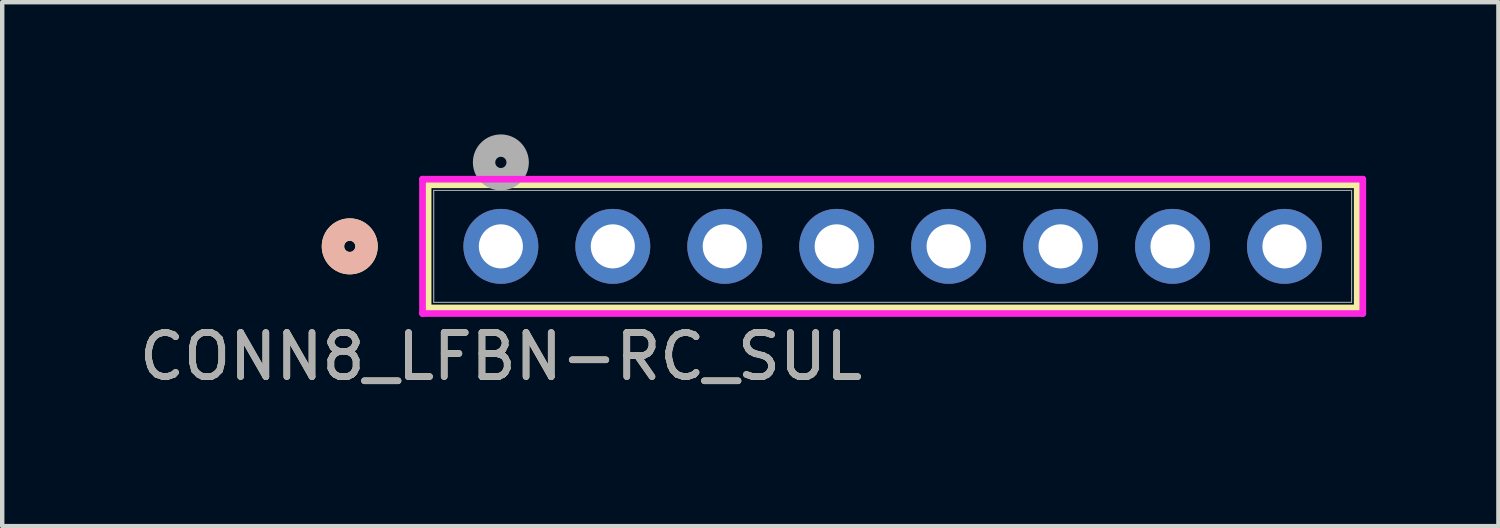
<source format=kicad_pcb>
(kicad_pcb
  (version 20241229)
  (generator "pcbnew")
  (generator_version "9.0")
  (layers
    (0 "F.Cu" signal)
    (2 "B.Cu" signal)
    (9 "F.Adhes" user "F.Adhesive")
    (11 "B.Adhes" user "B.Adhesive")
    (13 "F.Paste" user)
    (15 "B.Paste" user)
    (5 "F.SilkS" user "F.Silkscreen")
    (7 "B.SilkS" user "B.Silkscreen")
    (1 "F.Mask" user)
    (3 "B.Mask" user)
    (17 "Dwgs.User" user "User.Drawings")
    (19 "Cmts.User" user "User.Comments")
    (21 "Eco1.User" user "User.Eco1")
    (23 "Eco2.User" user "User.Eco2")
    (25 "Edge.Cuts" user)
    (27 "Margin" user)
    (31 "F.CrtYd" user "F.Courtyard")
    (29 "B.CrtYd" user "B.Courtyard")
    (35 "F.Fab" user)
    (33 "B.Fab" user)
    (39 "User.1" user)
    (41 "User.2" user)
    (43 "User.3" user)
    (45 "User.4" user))
  (footprint "CONN8_LFBN-RC_SUL"
    (layer "F.Cu")
    (at 8.315 2.54)
    (property "Reference" "CONN8_LFBN-RC_SUL" (at 0 2.5 0) (unlocked yes) (layer "F.SilkS") (effects (font (size 1 1) (thickness 0.15))))
    (attr through_hole)
    (fp_line (start -1.651 -1.397) (end -1.651 1.397) (stroke (width 0.152) (type solid)) (layer "F.SilkS"))
    (fp_line (start -1.651 1.397) (end 19.431 1.397) (stroke (width 0.152) (type solid)) (layer "F.SilkS"))
    (fp_line (start 19.431 -1.397) (end -1.651 -1.397) (stroke (width 0.152) (type solid)) (layer "F.SilkS"))
    (fp_line (start 19.431 1.397) (end 19.431 -1.397) (stroke (width 0.152) (type solid)) (layer "F.SilkS"))
    (fp_circle (center -3.429 0) (end -3.048 0) (stroke (width 0.508) (type solid)) (fill no) (layer "F.SilkS"))
    (fp_circle (center -3.429 0) (end -3.048 0) (stroke (width 0.508) (type solid)) (fill no) (layer "B.SilkS"))
    (fp_line (start -1.778 -1.524) (end -1.778 1.524) (stroke (width 0.152) (type solid)) (layer "F.CrtYd"))
    (fp_line (start -1.778 1.524) (end 19.558 1.524) (stroke (width 0.152) (type solid)) (layer "F.CrtYd"))
    (fp_line (start 19.558 -1.524) (end -1.778 -1.524) (stroke (width 0.152) (type solid)) (layer "F.CrtYd"))
    (fp_line (start 19.558 1.524) (end 19.558 -1.524) (stroke (width 0.152) (type solid)) (layer "F.CrtYd"))
    (fp_line (start -1.524 -1.27) (end -1.524 1.27) (stroke (width 0.025) (type solid)) (layer "F.Fab"))
    (fp_line (start -1.524 1.27) (end 19.304 1.27) (stroke (width 0.025) (type solid)) (layer "F.Fab"))
    (fp_line (start 19.304 -1.27) (end -1.524 -1.27) (stroke (width 0.025) (type solid)) (layer "F.Fab"))
    (fp_line (start 19.304 1.27) (end 19.304 -1.27) (stroke (width 0.025) (type solid)) (layer "F.Fab"))
    (fp_circle (center 0 -1.905) (end 0.381 -1.905) (stroke (width 0.508) (type solid)) (fill no) (layer "F.Fab"))
    (fp_text user "${REFERENCE}" (at 0 2.5 0) (unlocked yes) (layer "F.Fab") (effects (font (size 1 1) (thickness 0.15))))
    (pad "1" thru_hole circle (at 0 0) (size 1.7 1.7) (drill 1) (layers "*.Cu" "*.Mask"))
    (pad "2" thru_hole circle (at 2.54 0) (size 1.7 1.7) (drill 1) (layers "*.Cu" "*.Mask"))
    (pad "3" thru_hole circle (at 5.08 0) (size 1.7 1.7) (drill 1) (layers "*.Cu" "*.Mask"))
    (pad "4" thru_hole circle (at 7.62 0) (size 1.7 1.7) (drill 1) (layers "*.Cu" "*.Mask"))
    (pad "5" thru_hole circle (at 10.16 0) (size 1.7 1.7) (drill 1) (layers "*.Cu" "*.Mask"))
    (pad "6" thru_hole circle (at 12.7 0) (size 1.7 1.7) (drill 1) (layers "*.Cu" "*.Mask"))
    (pad "7" thru_hole circle (at 15.24 0) (size 1.7 1.7) (drill 1) (layers "*.Cu" "*.Mask"))
    (pad "8" thru_hole circle (at 17.78 0) (size 1.7 1.7) (drill 1) (layers "*.Cu" "*.Mask")))
  (gr_rect
    (start -3 -3)
    (end 30.95 8.888)
    (stroke (width 0.1) (type default))
    (fill no)
    (layer "Edge.Cuts")))
</source>
